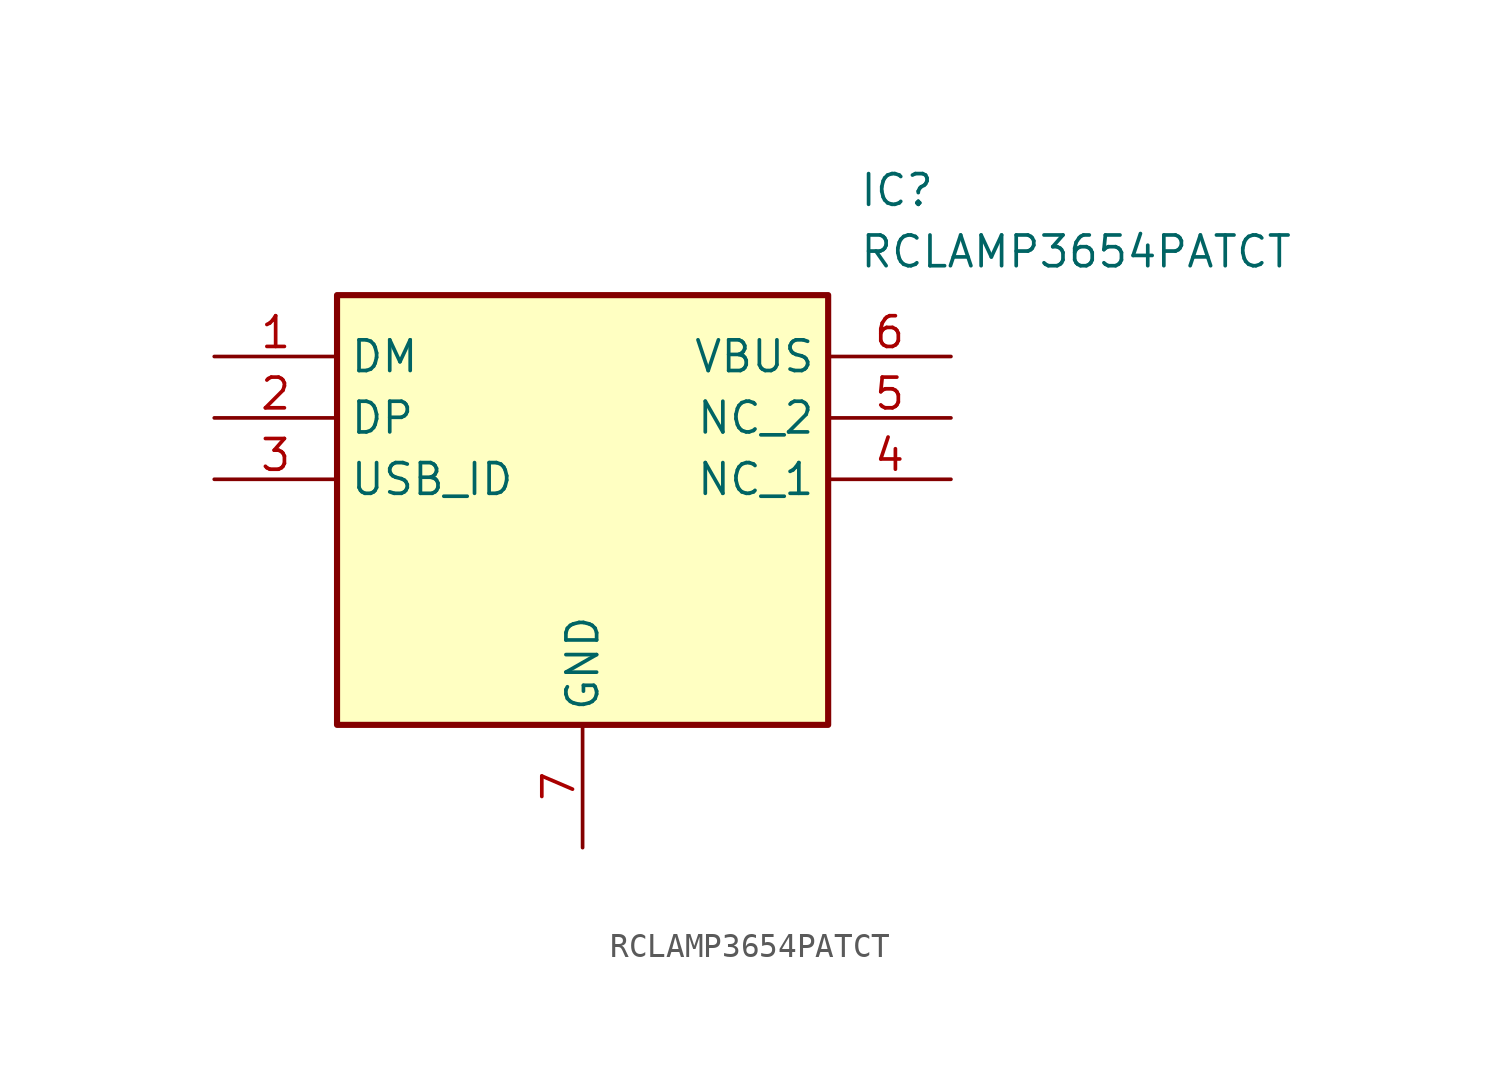
<source format=kicad_sym>
(kicad_symbol_lib
  (version 20241209)
  (generator "kicad_symbol_editor")
  (generator_version "9.0")
  (symbol "RCLAMP3654PATCT"
    (property "Reference" "IC"
      (at 26.67 7.62 0)
      (effects (font (size 1.27 1.27)) (justify left top)))
    (property "Value" "RCLAMP3654PATCT"
      (at 26.67 5.08 0)
      (effects (font (size 1.27 1.27)) (justify left top)))
    (symbol "RCLAMP3654PATCT_1_1"
      (rectangle (start 5.08 2.54) (end 25.4 -15.24) (stroke (width 0.254) (type default)) (fill (type background)))
      (pin passive line (at 0 0 0) (length 5.08) (name "DM" (effects (font (size 1.27 1.27)))) (number "1" (effects (font (size 1.27 1.27)))))
      (pin passive line (at 0 -2.54 0) (length 5.08) (name "DP" (effects (font (size 1.27 1.27)))) (number "2" (effects (font (size 1.27 1.27)))))
      (pin passive line (at 0 -5.08 0) (length 5.08) (name "USB_ID" (effects (font (size 1.27 1.27)))) (number "3" (effects (font (size 1.27 1.27)))))
      (pin passive line (at 15.24 -20.32 90) (length 5.08) (name "GND" (effects (font (size 1.27 1.27)))) (number "7" (effects (font (size 1.27 1.27)))))
      (pin passive line (at 30.48 0 180) (length 5.08) (name "VBUS" (effects (font (size 1.27 1.27)))) (number "6" (effects (font (size 1.27 1.27)))))
      (pin passive line (at 30.48 -2.54 180) (length 5.08) (name "NC_2" (effects (font (size 1.27 1.27)))) (number "5" (effects (font (size 1.27 1.27)))))
      (pin passive line (at 30.48 -5.08 180) (length 5.08) (name "NC_1" (effects (font (size 1.27 1.27)))) (number "4" (effects (font (size 1.27 1.27))))))))
</source>
